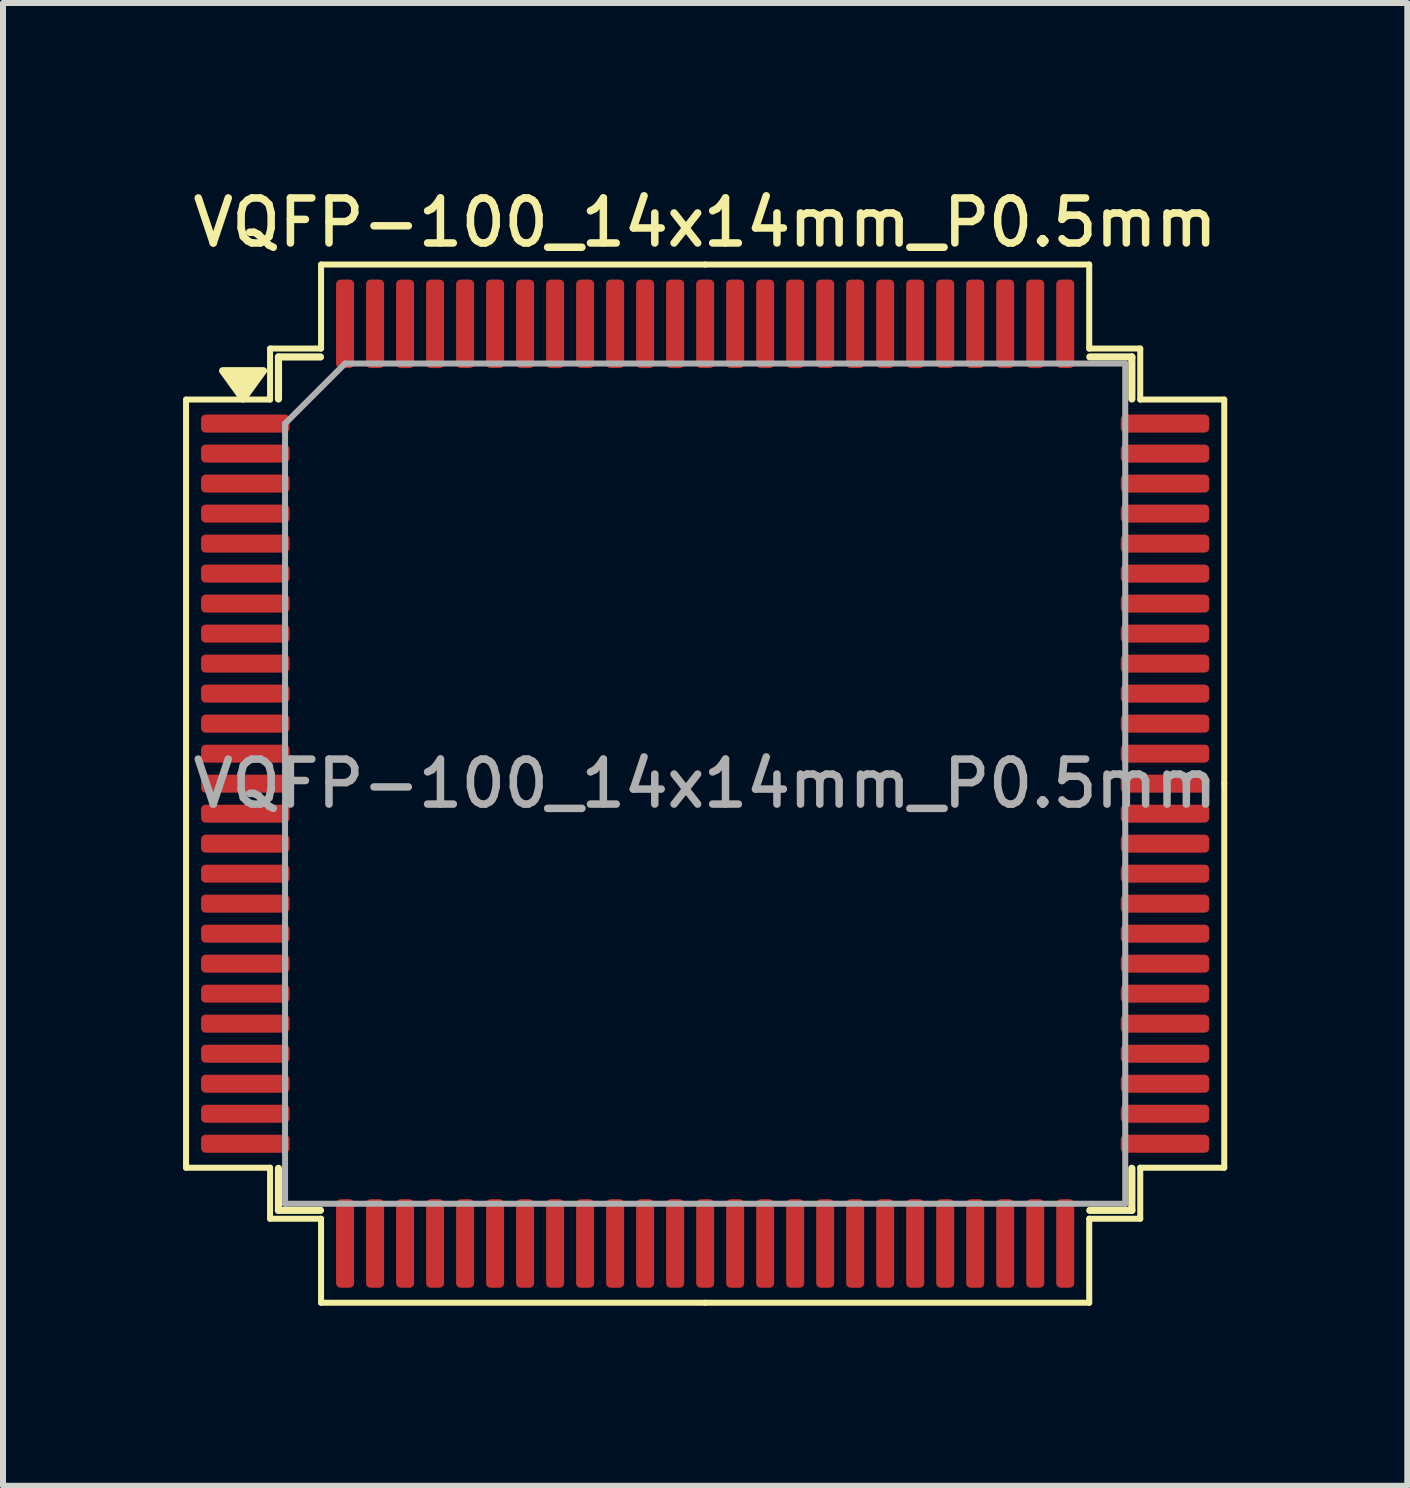
<source format=kicad_pcb>
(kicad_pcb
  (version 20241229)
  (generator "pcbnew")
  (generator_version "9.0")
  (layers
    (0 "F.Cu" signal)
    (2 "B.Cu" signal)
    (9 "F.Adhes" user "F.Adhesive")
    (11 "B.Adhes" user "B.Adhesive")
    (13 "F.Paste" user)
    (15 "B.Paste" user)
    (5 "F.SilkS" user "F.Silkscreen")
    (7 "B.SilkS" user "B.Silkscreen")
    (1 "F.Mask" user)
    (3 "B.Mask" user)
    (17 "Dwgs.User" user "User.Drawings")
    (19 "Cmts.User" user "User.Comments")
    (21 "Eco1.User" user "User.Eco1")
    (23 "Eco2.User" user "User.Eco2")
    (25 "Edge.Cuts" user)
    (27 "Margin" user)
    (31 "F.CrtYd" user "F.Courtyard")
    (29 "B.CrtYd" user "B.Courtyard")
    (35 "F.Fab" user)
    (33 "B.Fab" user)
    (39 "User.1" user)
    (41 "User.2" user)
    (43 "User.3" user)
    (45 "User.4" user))
  (footprint "VQFP-100_14x14mm_P0.5mm"
    (layer "F.Cu")
    (at 8.7 10.008)
    (property "Reference" "VQFP-100_14x14mm_P0.5mm" (at 0 -9.35 0) (layer "F.SilkS") (effects (font (size 0.75 0.75) (thickness 0.125))))
    (attr smd)
    (fp_line (start -8.65 -6.4) (end -8.65 0) (stroke (width 0.1) (type solid)) (layer "F.SilkS"))
    (fp_line (start -8.65 6.4) (end -8.65 0) (stroke (width 0.1) (type solid)) (layer "F.SilkS"))
    (fp_line (start -7.25 -7.25) (end -7.25 -6.4) (stroke (width 0.1) (type solid)) (layer "F.SilkS"))
    (fp_line (start -7.25 -6.4) (end -8.65 -6.4) (stroke (width 0.1) (type solid)) (layer "F.SilkS"))
    (fp_line (start -7.25 6.4) (end -8.65 6.4) (stroke (width 0.1) (type solid)) (layer "F.SilkS"))
    (fp_line (start -7.25 7.25) (end -7.25 6.4) (stroke (width 0.1) (type solid)) (layer "F.SilkS"))
    (fp_line (start -7.11 -7.11) (end -7.11 -6.41) (stroke (width 0.12) (type solid)) (layer "F.SilkS"))
    (fp_line (start -7.11 7.11) (end -7.11 6.41) (stroke (width 0.12) (type solid)) (layer "F.SilkS"))
    (fp_line (start -6.41 -7.11) (end -7.11 -7.11) (stroke (width 0.12) (type solid)) (layer "F.SilkS"))
    (fp_line (start -6.41 7.11) (end -7.11 7.11) (stroke (width 0.12) (type solid)) (layer "F.SilkS"))
    (fp_line (start -6.4 -8.65) (end -6.4 -7.25) (stroke (width 0.1) (type solid)) (layer "F.SilkS"))
    (fp_line (start -6.4 -7.25) (end -7.25 -7.25) (stroke (width 0.1) (type solid)) (layer "F.SilkS"))
    (fp_line (start -6.4 7.25) (end -7.25 7.25) (stroke (width 0.1) (type solid)) (layer "F.SilkS"))
    (fp_line (start -6.4 8.65) (end -6.4 7.25) (stroke (width 0.1) (type solid)) (layer "F.SilkS"))
    (fp_line (start 0 -8.65) (end -6.4 -8.65) (stroke (width 0.1) (type solid)) (layer "F.SilkS"))
    (fp_line (start 0 -8.65) (end 6.4 -8.65) (stroke (width 0.1) (type solid)) (layer "F.SilkS"))
    (fp_line (start 0 8.65) (end -6.4 8.65) (stroke (width 0.1) (type solid)) (layer "F.SilkS"))
    (fp_line (start 0 8.65) (end 6.4 8.65) (stroke (width 0.1) (type solid)) (layer "F.SilkS"))
    (fp_line (start 6.4 -8.65) (end 6.4 -7.25) (stroke (width 0.1) (type solid)) (layer "F.SilkS"))
    (fp_line (start 6.4 -7.25) (end 7.25 -7.25) (stroke (width 0.1) (type solid)) (layer "F.SilkS"))
    (fp_line (start 6.4 7.25) (end 7.25 7.25) (stroke (width 0.1) (type solid)) (layer "F.SilkS"))
    (fp_line (start 6.4 8.65) (end 6.4 7.25) (stroke (width 0.1) (type solid)) (layer "F.SilkS"))
    (fp_line (start 6.41 -7.11) (end 7.11 -7.11) (stroke (width 0.12) (type solid)) (layer "F.SilkS"))
    (fp_line (start 6.41 7.11) (end 7.11 7.11) (stroke (width 0.12) (type solid)) (layer "F.SilkS"))
    (fp_line (start 7.11 -7.11) (end 7.11 -6.41) (stroke (width 0.12) (type solid)) (layer "F.SilkS"))
    (fp_line (start 7.11 7.11) (end 7.11 6.41) (stroke (width 0.12) (type solid)) (layer "F.SilkS"))
    (fp_line (start 7.25 -7.25) (end 7.25 -6.4) (stroke (width 0.1) (type solid)) (layer "F.SilkS"))
    (fp_line (start 7.25 -6.4) (end 8.65 -6.4) (stroke (width 0.1) (type solid)) (layer "F.SilkS"))
    (fp_line (start 7.25 6.4) (end 8.65 6.4) (stroke (width 0.1) (type solid)) (layer "F.SilkS"))
    (fp_line (start 7.25 7.25) (end 7.25 6.4) (stroke (width 0.1) (type solid)) (layer "F.SilkS"))
    (fp_line (start 8.65 -6.4) (end 8.65 0) (stroke (width 0.1) (type solid)) (layer "F.SilkS"))
    (fp_line (start 8.65 6.4) (end 8.65 0) (stroke (width 0.1) (type solid)) (layer "F.SilkS"))
    (fp_poly (pts (xy -7.7 -6.41) (xy -8.04 -6.88) (xy -7.36 -6.88) (xy -7.7 -6.41)) (stroke (width 0.12) (type solid)) (fill yes) (layer "F.SilkS"))
    (fp_line (start -7 -6) (end -6 -7) (stroke (width 0.1) (type solid)) (layer "F.Fab"))
    (fp_line (start -7 7) (end -7 -6) (stroke (width 0.1) (type solid)) (layer "F.Fab"))
    (fp_line (start -6 -7) (end 7 -7) (stroke (width 0.1) (type solid)) (layer "F.Fab"))
    (fp_line (start 7 -7) (end 7 7) (stroke (width 0.1) (type solid)) (layer "F.Fab"))
    (fp_line (start 7 7) (end -7 7) (stroke (width 0.1) (type solid)) (layer "F.Fab"))
    (fp_text user "${REFERENCE}" (at 0 0 0) (layer "F.Fab") (effects (font (size 0.75 0.75) (thickness 0.125))))
    (pad "1" smd roundrect (at -7.662 -6) (size 1.475 0.3) (layers "F.Cu" "F.Mask" "F.Paste") (roundrect_rratio 0.25))
    (pad "2" smd roundrect (at -7.662 -5.5) (size 1.475 0.3) (layers "F.Cu" "F.Mask" "F.Paste") (roundrect_rratio 0.25))
    (pad "3" smd roundrect (at -7.662 -5) (size 1.475 0.3) (layers "F.Cu" "F.Mask" "F.Paste") (roundrect_rratio 0.25))
    (pad "4" smd roundrect (at -7.662 -4.5) (size 1.475 0.3) (layers "F.Cu" "F.Mask" "F.Paste") (roundrect_rratio 0.25))
    (pad "5" smd roundrect (at -7.662 -4) (size 1.475 0.3) (layers "F.Cu" "F.Mask" "F.Paste") (roundrect_rratio 0.25))
    (pad "6" smd roundrect (at -7.662 -3.5) (size 1.475 0.3) (layers "F.Cu" "F.Mask" "F.Paste") (roundrect_rratio 0.25))
    (pad "7" smd roundrect (at -7.662 -3) (size 1.475 0.3) (layers "F.Cu" "F.Mask" "F.Paste") (roundrect_rratio 0.25))
    (pad "8" smd roundrect (at -7.662 -2.5) (size 1.475 0.3) (layers "F.Cu" "F.Mask" "F.Paste") (roundrect_rratio 0.25))
    (pad "9" smd roundrect (at -7.662 -2) (size 1.475 0.3) (layers "F.Cu" "F.Mask" "F.Paste") (roundrect_rratio 0.25))
    (pad "10" smd roundrect (at -7.662 -1.5) (size 1.475 0.3) (layers "F.Cu" "F.Mask" "F.Paste") (roundrect_rratio 0.25))
    (pad "11" smd roundrect (at -7.662 -1) (size 1.475 0.3) (layers "F.Cu" "F.Mask" "F.Paste") (roundrect_rratio 0.25))
    (pad "12" smd roundrect (at -7.662 -0.5) (size 1.475 0.3) (layers "F.Cu" "F.Mask" "F.Paste") (roundrect_rratio 0.25))
    (pad "13" smd roundrect (at -7.662 0) (size 1.475 0.3) (layers "F.Cu" "F.Mask" "F.Paste") (roundrect_rratio 0.25))
    (pad "14" smd roundrect (at -7.662 0.5) (size 1.475 0.3) (layers "F.Cu" "F.Mask" "F.Paste") (roundrect_rratio 0.25))
    (pad "15" smd roundrect (at -7.662 1) (size 1.475 0.3) (layers "F.Cu" "F.Mask" "F.Paste") (roundrect_rratio 0.25))
    (pad "16" smd roundrect (at -7.662 1.5) (size 1.475 0.3) (layers "F.Cu" "F.Mask" "F.Paste") (roundrect_rratio 0.25))
    (pad "17" smd roundrect (at -7.662 2) (size 1.475 0.3) (layers "F.Cu" "F.Mask" "F.Paste") (roundrect_rratio 0.25))
    (pad "18" smd roundrect (at -7.662 2.5) (size 1.475 0.3) (layers "F.Cu" "F.Mask" "F.Paste") (roundrect_rratio 0.25))
    (pad "19" smd roundrect (at -7.662 3) (size 1.475 0.3) (layers "F.Cu" "F.Mask" "F.Paste") (roundrect_rratio 0.25))
    (pad "20" smd roundrect (at -7.662 3.5) (size 1.475 0.3) (layers "F.Cu" "F.Mask" "F.Paste") (roundrect_rratio 0.25))
    (pad "21" smd roundrect (at -7.662 4) (size 1.475 0.3) (layers "F.Cu" "F.Mask" "F.Paste") (roundrect_rratio 0.25))
    (pad "22" smd roundrect (at -7.662 4.5) (size 1.475 0.3) (layers "F.Cu" "F.Mask" "F.Paste") (roundrect_rratio 0.25))
    (pad "23" smd roundrect (at -7.662 5) (size 1.475 0.3) (layers "F.Cu" "F.Mask" "F.Paste") (roundrect_rratio 0.25))
    (pad "24" smd roundrect (at -7.662 5.5) (size 1.475 0.3) (layers "F.Cu" "F.Mask" "F.Paste") (roundrect_rratio 0.25))
    (pad "25" smd roundrect (at -7.662 6) (size 1.475 0.3) (layers "F.Cu" "F.Mask" "F.Paste") (roundrect_rratio 0.25))
    (pad "26" smd roundrect (at -6 7.662) (size 0.3 1.475) (layers "F.Cu" "F.Mask" "F.Paste") (roundrect_rratio 0.25))
    (pad "27" smd roundrect (at -5.5 7.662) (size 0.3 1.475) (layers "F.Cu" "F.Mask" "F.Paste") (roundrect_rratio 0.25))
    (pad "28" smd roundrect (at -5 7.662) (size 0.3 1.475) (layers "F.Cu" "F.Mask" "F.Paste") (roundrect_rratio 0.25))
    (pad "29" smd roundrect (at -4.5 7.662) (size 0.3 1.475) (layers "F.Cu" "F.Mask" "F.Paste") (roundrect_rratio 0.25))
    (pad "30" smd roundrect (at -4 7.662) (size 0.3 1.475) (layers "F.Cu" "F.Mask" "F.Paste") (roundrect_rratio 0.25))
    (pad "31" smd roundrect (at -3.5 7.662) (size 0.3 1.475) (layers "F.Cu" "F.Mask" "F.Paste") (roundrect_rratio 0.25))
    (pad "32" smd roundrect (at -3 7.662) (size 0.3 1.475) (layers "F.Cu" "F.Mask" "F.Paste") (roundrect_rratio 0.25))
    (pad "33" smd roundrect (at -2.5 7.662) (size 0.3 1.475) (layers "F.Cu" "F.Mask" "F.Paste") (roundrect_rratio 0.25))
    (pad "34" smd roundrect (at -2 7.662) (size 0.3 1.475) (layers "F.Cu" "F.Mask" "F.Paste") (roundrect_rratio 0.25))
    (pad "35" smd roundrect (at -1.5 7.662) (size 0.3 1.475) (layers "F.Cu" "F.Mask" "F.Paste") (roundrect_rratio 0.25))
    (pad "36" smd roundrect (at -1 7.662) (size 0.3 1.475) (layers "F.Cu" "F.Mask" "F.Paste") (roundrect_rratio 0.25))
    (pad "37" smd roundrect (at -0.5 7.662) (size 0.3 1.475) (layers "F.Cu" "F.Mask" "F.Paste") (roundrect_rratio 0.25))
    (pad "38" smd roundrect (at 0 7.662) (size 0.3 1.475) (layers "F.Cu" "F.Mask" "F.Paste") (roundrect_rratio 0.25))
    (pad "39" smd roundrect (at 0.5 7.662) (size 0.3 1.475) (layers "F.Cu" "F.Mask" "F.Paste") (roundrect_rratio 0.25))
    (pad "40" smd roundrect (at 1 7.662) (size 0.3 1.475) (layers "F.Cu" "F.Mask" "F.Paste") (roundrect_rratio 0.25))
    (pad "41" smd roundrect (at 1.5 7.662) (size 0.3 1.475) (layers "F.Cu" "F.Mask" "F.Paste") (roundrect_rratio 0.25))
    (pad "42" smd roundrect (at 2 7.662) (size 0.3 1.475) (layers "F.Cu" "F.Mask" "F.Paste") (roundrect_rratio 0.25))
    (pad "43" smd roundrect (at 2.5 7.662) (size 0.3 1.475) (layers "F.Cu" "F.Mask" "F.Paste") (roundrect_rratio 0.25))
    (pad "44" smd roundrect (at 3 7.662) (size 0.3 1.475) (layers "F.Cu" "F.Mask" "F.Paste") (roundrect_rratio 0.25))
    (pad "45" smd roundrect (at 3.5 7.662) (size 0.3 1.475) (layers "F.Cu" "F.Mask" "F.Paste") (roundrect_rratio 0.25))
    (pad "46" smd roundrect (at 4 7.662) (size 0.3 1.475) (layers "F.Cu" "F.Mask" "F.Paste") (roundrect_rratio 0.25))
    (pad "47" smd roundrect (at 4.5 7.662) (size 0.3 1.475) (layers "F.Cu" "F.Mask" "F.Paste") (roundrect_rratio 0.25))
    (pad "48" smd roundrect (at 5 7.662) (size 0.3 1.475) (layers "F.Cu" "F.Mask" "F.Paste") (roundrect_rratio 0.25))
    (pad "49" smd roundrect (at 5.5 7.662) (size 0.3 1.475) (layers "F.Cu" "F.Mask" "F.Paste") (roundrect_rratio 0.25))
    (pad "50" smd roundrect (at 6 7.662) (size 0.3 1.475) (layers "F.Cu" "F.Mask" "F.Paste") (roundrect_rratio 0.25))
    (pad "51" smd roundrect (at 7.662 6) (size 1.475 0.3) (layers "F.Cu" "F.Mask" "F.Paste") (roundrect_rratio 0.25))
    (pad "52" smd roundrect (at 7.662 5.5) (size 1.475 0.3) (layers "F.Cu" "F.Mask" "F.Paste") (roundrect_rratio 0.25))
    (pad "53" smd roundrect (at 7.662 5) (size 1.475 0.3) (layers "F.Cu" "F.Mask" "F.Paste") (roundrect_rratio 0.25))
    (pad "54" smd roundrect (at 7.662 4.5) (size 1.475 0.3) (layers "F.Cu" "F.Mask" "F.Paste") (roundrect_rratio 0.25))
    (pad "55" smd roundrect (at 7.662 4) (size 1.475 0.3) (layers "F.Cu" "F.Mask" "F.Paste") (roundrect_rratio 0.25))
    (pad "56" smd roundrect (at 7.662 3.5) (size 1.475 0.3) (layers "F.Cu" "F.Mask" "F.Paste") (roundrect_rratio 0.25))
    (pad "57" smd roundrect (at 7.662 3) (size 1.475 0.3) (layers "F.Cu" "F.Mask" "F.Paste") (roundrect_rratio 0.25))
    (pad "58" smd roundrect (at 7.662 2.5) (size 1.475 0.3) (layers "F.Cu" "F.Mask" "F.Paste") (roundrect_rratio 0.25))
    (pad "59" smd roundrect (at 7.662 2) (size 1.475 0.3) (layers "F.Cu" "F.Mask" "F.Paste") (roundrect_rratio 0.25))
    (pad "60" smd roundrect (at 7.662 1.5) (size 1.475 0.3) (layers "F.Cu" "F.Mask" "F.Paste") (roundrect_rratio 0.25))
    (pad "61" smd roundrect (at 7.662 1) (size 1.475 0.3) (layers "F.Cu" "F.Mask" "F.Paste") (roundrect_rratio 0.25))
    (pad "62" smd roundrect (at 7.662 0.5) (size 1.475 0.3) (layers "F.Cu" "F.Mask" "F.Paste") (roundrect_rratio 0.25))
    (pad "63" smd roundrect (at 7.662 0) (size 1.475 0.3) (layers "F.Cu" "F.Mask" "F.Paste") (roundrect_rratio 0.25))
    (pad "64" smd roundrect (at 7.662 -0.5) (size 1.475 0.3) (layers "F.Cu" "F.Mask" "F.Paste") (roundrect_rratio 0.25))
    (pad "65" smd roundrect (at 7.662 -1) (size 1.475 0.3) (layers "F.Cu" "F.Mask" "F.Paste") (roundrect_rratio 0.25))
    (pad "66" smd roundrect (at 7.662 -1.5) (size 1.475 0.3) (layers "F.Cu" "F.Mask" "F.Paste") (roundrect_rratio 0.25))
    (pad "67" smd roundrect (at 7.662 -2) (size 1.475 0.3) (layers "F.Cu" "F.Mask" "F.Paste") (roundrect_rratio 0.25))
    (pad "68" smd roundrect (at 7.662 -2.5) (size 1.475 0.3) (layers "F.Cu" "F.Mask" "F.Paste") (roundrect_rratio 0.25))
    (pad "69" smd roundrect (at 7.662 -3) (size 1.475 0.3) (layers "F.Cu" "F.Mask" "F.Paste") (roundrect_rratio 0.25))
    (pad "70" smd roundrect (at 7.662 -3.5) (size 1.475 0.3) (layers "F.Cu" "F.Mask" "F.Paste") (roundrect_rratio 0.25))
    (pad "71" smd roundrect (at 7.662 -4) (size 1.475 0.3) (layers "F.Cu" "F.Mask" "F.Paste") (roundrect_rratio 0.25))
    (pad "72" smd roundrect (at 7.662 -4.5) (size 1.475 0.3) (layers "F.Cu" "F.Mask" "F.Paste") (roundrect_rratio 0.25))
    (pad "73" smd roundrect (at 7.662 -5) (size 1.475 0.3) (layers "F.Cu" "F.Mask" "F.Paste") (roundrect_rratio 0.25))
    (pad "74" smd roundrect (at 7.662 -5.5) (size 1.475 0.3) (layers "F.Cu" "F.Mask" "F.Paste") (roundrect_rratio 0.25))
    (pad "75" smd roundrect (at 7.662 -6) (size 1.475 0.3) (layers "F.Cu" "F.Mask" "F.Paste") (roundrect_rratio 0.25))
    (pad "76" smd roundrect (at 6 -7.662) (size 0.3 1.475) (layers "F.Cu" "F.Mask" "F.Paste") (roundrect_rratio 0.25))
    (pad "77" smd roundrect (at 5.5 -7.662) (size 0.3 1.475) (layers "F.Cu" "F.Mask" "F.Paste") (roundrect_rratio 0.25))
    (pad "78" smd roundrect (at 5 -7.662) (size 0.3 1.475) (layers "F.Cu" "F.Mask" "F.Paste") (roundrect_rratio 0.25))
    (pad "79" smd roundrect (at 4.5 -7.662) (size 0.3 1.475) (layers "F.Cu" "F.Mask" "F.Paste") (roundrect_rratio 0.25))
    (pad "80" smd roundrect (at 4 -7.662) (size 0.3 1.475) (layers "F.Cu" "F.Mask" "F.Paste") (roundrect_rratio 0.25))
    (pad "81" smd roundrect (at 3.5 -7.662) (size 0.3 1.475) (layers "F.Cu" "F.Mask" "F.Paste") (roundrect_rratio 0.25))
    (pad "82" smd roundrect (at 3 -7.662) (size 0.3 1.475) (layers "F.Cu" "F.Mask" "F.Paste") (roundrect_rratio 0.25))
    (pad "83" smd roundrect (at 2.5 -7.662) (size 0.3 1.475) (layers "F.Cu" "F.Mask" "F.Paste") (roundrect_rratio 0.25))
    (pad "84" smd roundrect (at 2 -7.662) (size 0.3 1.475) (layers "F.Cu" "F.Mask" "F.Paste") (roundrect_rratio 0.25))
    (pad "85" smd roundrect (at 1.5 -7.662) (size 0.3 1.475) (layers "F.Cu" "F.Mask" "F.Paste") (roundrect_rratio 0.25))
    (pad "86" smd roundrect (at 1 -7.662) (size 0.3 1.475) (layers "F.Cu" "F.Mask" "F.Paste") (roundrect_rratio 0.25))
    (pad "87" smd roundrect (at 0.5 -7.662) (size 0.3 1.475) (layers "F.Cu" "F.Mask" "F.Paste") (roundrect_rratio 0.25))
    (pad "88" smd roundrect (at 0 -7.662) (size 0.3 1.475) (layers "F.Cu" "F.Mask" "F.Paste") (roundrect_rratio 0.25))
    (pad "89" smd roundrect (at -0.5 -7.662) (size 0.3 1.475) (layers "F.Cu" "F.Mask" "F.Paste") (roundrect_rratio 0.25))
    (pad "90" smd roundrect (at -1 -7.662) (size 0.3 1.475) (layers "F.Cu" "F.Mask" "F.Paste") (roundrect_rratio 0.25))
    (pad "91" smd roundrect (at -1.5 -7.662) (size 0.3 1.475) (layers "F.Cu" "F.Mask" "F.Paste") (roundrect_rratio 0.25))
    (pad "92" smd roundrect (at -2 -7.662) (size 0.3 1.475) (layers "F.Cu" "F.Mask" "F.Paste") (roundrect_rratio 0.25))
    (pad "93" smd roundrect (at -2.5 -7.662) (size 0.3 1.475) (layers "F.Cu" "F.Mask" "F.Paste") (roundrect_rratio 0.25))
    (pad "94" smd roundrect (at -3 -7.662) (size 0.3 1.475) (layers "F.Cu" "F.Mask" "F.Paste") (roundrect_rratio 0.25))
    (pad "95" smd roundrect (at -3.5 -7.662) (size 0.3 1.475) (layers "F.Cu" "F.Mask" "F.Paste") (roundrect_rratio 0.25))
    (pad "96" smd roundrect (at -4 -7.662) (size 0.3 1.475) (layers "F.Cu" "F.Mask" "F.Paste") (roundrect_rratio 0.25))
    (pad "97" smd roundrect (at -4.5 -7.662) (size 0.3 1.475) (layers "F.Cu" "F.Mask" "F.Paste") (roundrect_rratio 0.25))
    (pad "98" smd roundrect (at -5 -7.662) (size 0.3 1.475) (layers "F.Cu" "F.Mask" "F.Paste") (roundrect_rratio 0.25))
    (pad "99" smd roundrect (at -5.5 -7.662) (size 0.3 1.475) (layers "F.Cu" "F.Mask" "F.Paste") (roundrect_rratio 0.25))
    (pad "100" smd roundrect (at -6 -7.662) (size 0.3 1.475) (layers "F.Cu" "F.Mask" "F.Paste") (roundrect_rratio 0.25)))
  (gr_rect
    (start -3 -3)
    (end 20.4 21.708)
    (stroke (width 0.1) (type default))
    (fill no)
    (layer "Edge.Cuts")))
</source>
